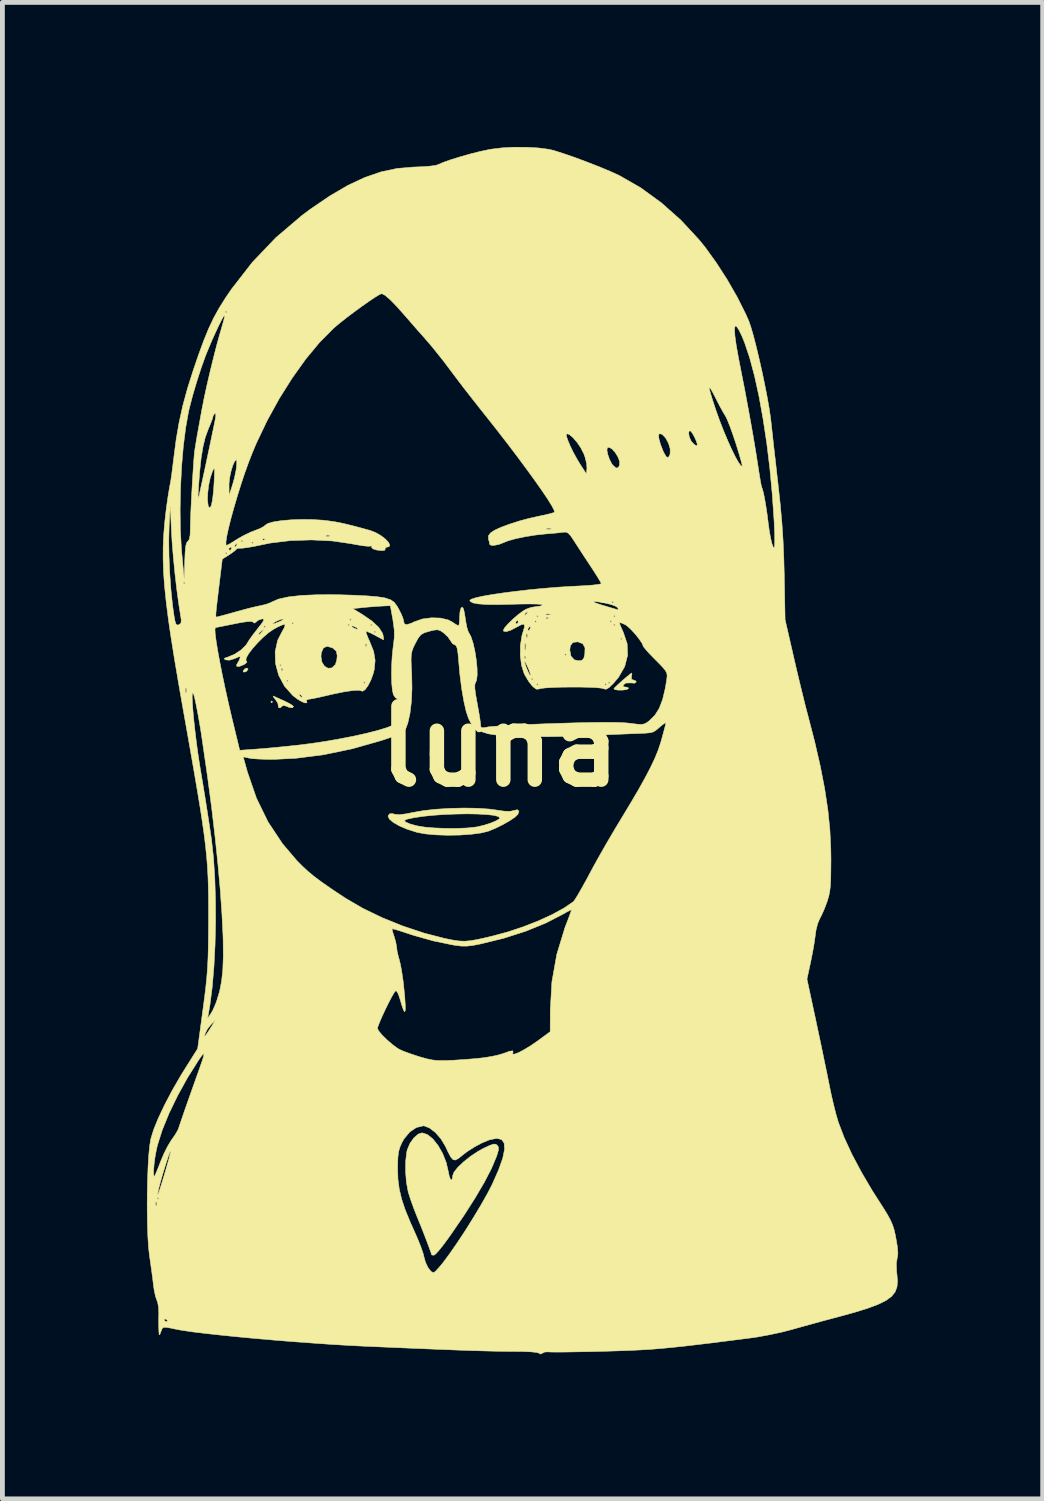
<source format=kicad_pcb>
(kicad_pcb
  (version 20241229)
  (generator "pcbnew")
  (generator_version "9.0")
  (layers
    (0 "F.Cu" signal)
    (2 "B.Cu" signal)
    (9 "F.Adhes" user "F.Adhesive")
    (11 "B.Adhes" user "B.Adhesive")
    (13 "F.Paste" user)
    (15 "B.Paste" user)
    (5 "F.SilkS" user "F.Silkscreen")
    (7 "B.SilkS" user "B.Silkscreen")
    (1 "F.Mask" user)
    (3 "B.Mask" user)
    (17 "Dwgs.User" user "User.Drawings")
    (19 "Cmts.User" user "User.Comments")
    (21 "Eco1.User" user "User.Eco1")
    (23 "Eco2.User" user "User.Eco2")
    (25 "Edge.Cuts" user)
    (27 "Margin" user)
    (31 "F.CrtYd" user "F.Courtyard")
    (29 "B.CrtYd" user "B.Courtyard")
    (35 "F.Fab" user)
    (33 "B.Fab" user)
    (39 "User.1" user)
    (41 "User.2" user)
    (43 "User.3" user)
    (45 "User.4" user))
  (footprint "luna"
    (layer "F.Cu")
    (at 7.323 12.441)
    (property "Reference" "luna" (at 0 0 0) (layer "F.SilkS") (effects (font (size 1.524 1.524) (thickness 0.3))))
    (attr through_hole)
    (fp_poly (pts (xy -4.717 -0.925) (xy -4.735 -0.907) (xy -4.753 -0.925) (xy -4.735 -0.943) (xy -4.717 -0.925)) (stroke (width 0.01) (type solid)) (fill yes) (layer "F.SilkS"))
    (fp_poly (pts (xy -5.225 -1.606) (xy -5.225 -1.603) (xy -5.254 -1.562) (xy -5.283 -1.546) (xy -5.325 -1.545) (xy -5.326 -1.567) (xy -5.292 -1.611) (xy -5.249 -1.627) (xy -5.225 -1.606)) (stroke (width 0.01) (type solid)) (fill yes) (layer "F.SilkS"))
    (fp_poly (pts (xy -1.401 0.043) (xy -1.379 0.111) (xy -1.36 0.201) (xy -1.349 0.287) (xy -1.35 0.343) (xy -1.354 0.35) (xy -1.385 0.339) (xy -1.408 0.319) (xy -1.438 0.256) (xy -1.45 0.164) (xy -1.445 0.075) (xy -1.422 0.022) (xy -1.42 0.021) (xy -1.401 0.043)) (stroke (width 0.01) (type solid)) (fill yes) (layer "F.SilkS"))
    (fp_poly (pts (xy -4.699 -1.046) (xy -4.648 -1.022) (xy -4.554 -0.98) (xy -4.472 -0.943) (xy -4.369 -0.892) (xy -4.3 -0.848) (xy -4.282 -0.827) (xy -4.309 -0.8) (xy -4.379 -0.813) (xy -4.427 -0.835) (xy -4.496 -0.851) (xy -4.518 -0.835) (xy -4.559 -0.801) (xy -4.595 -0.808) (xy -4.598 -0.844) (xy -4.608 -0.9) (xy -4.656 -0.973) (xy -4.658 -0.976) (xy -4.7 -1.029) (xy -4.703 -1.047) (xy -4.699 -1.046)) (stroke (width 0.01) (type solid)) (fill yes) (layer "F.SilkS"))
    (fp_poly (pts (xy 2.741 -1.495) (xy 2.732 -1.451) (xy 2.734 -1.392) (xy 2.772 -1.379) (xy 2.823 -1.358) (xy 2.83 -1.338) (xy 2.799 -1.313) (xy 2.725 -1.318) (xy 2.619 -1.316) (xy 2.575 -1.287) (xy 2.553 -1.246) (xy 2.592 -1.234) (xy 2.61 -1.234) (xy 2.663 -1.221) (xy 2.667 -1.198) (xy 2.626 -1.179) (xy 2.548 -1.169) (xy 2.462 -1.169) (xy 2.392 -1.178) (xy 2.366 -1.197) (xy 2.367 -1.198) (xy 2.396 -1.232) (xy 2.463 -1.295) (xy 2.548 -1.371) (xy 2.635 -1.445) (xy 2.704 -1.501) (xy 2.738 -1.524) (xy 2.738 -1.524) (xy 2.741 -1.495)) (stroke (width 0.01) (type solid)) (fill yes) (layer "F.SilkS"))
    (fp_poly (pts (xy -1.505 8.053) (xy -1.391 8.144) (xy -1.282 8.281) (xy -1.186 8.449) (xy -1.112 8.637) (xy -1.07 8.82) (xy -1.048 8.926) (xy -1.021 8.987) (xy -0.996 8.997) (xy -0.981 8.947) (xy -0.98 8.911) (xy -0.95 8.833) (xy -0.869 8.732) (xy -0.75 8.619) (xy -0.605 8.504) (xy -0.447 8.4) (xy -0.334 8.338) (xy -0.21 8.28) (xy -0.133 8.253) (xy -0.085 8.255) (xy -0.055 8.276) (xy -0.029 8.316) (xy -0.028 8.373) (xy -0.054 8.467) (xy -0.073 8.52) (xy -0.173 8.758) (xy -0.32 9.042) (xy -0.512 9.369) (xy -0.745 9.734) (xy -1.018 10.132) (xy -1.083 10.223) (xy -1.182 10.357) (xy -1.27 10.466) (xy -1.336 10.537) (xy -1.369 10.559) (xy -1.412 10.553) (xy -1.416 10.55) (xy -1.43 10.502) (xy -1.466 10.402) (xy -1.516 10.267) (xy -1.575 10.114) (xy -1.637 9.957) (xy -1.695 9.814) (xy -1.717 9.761) (xy -1.784 9.591) (xy -1.847 9.416) (xy -1.895 9.267) (xy -1.903 9.236) (xy -1.939 9.043) (xy -1.956 8.824) (xy -1.954 8.608) (xy -1.933 8.424) (xy -1.922 8.374) (xy -1.865 8.238) (xy -1.783 8.122) (xy -1.69 8.043) (xy -1.614 8.019) (xy -1.505 8.053)) (stroke (width 0.01) (type solid)) (fill yes) (layer "F.SilkS"))
    (fp_poly (pts (xy -0.458 1.283) (xy -0.215 1.3) (xy -0.091 1.317) (xy 0.088 1.343) (xy 0.209 1.347) (xy 0.281 1.332) (xy 0.362 1.313) (xy 0.397 1.341) (xy 0.376 1.407) (xy 0.376 1.408) (xy 0.316 1.466) (xy 0.207 1.54) (xy 0.067 1.62) (xy -0.087 1.696) (xy -0.237 1.758) (xy -0.239 1.759) (xy -0.391 1.796) (xy -0.595 1.823) (xy -0.832 1.839) (xy -1.083 1.843) (xy -1.327 1.835) (xy -1.545 1.815) (xy -1.719 1.783) (xy -1.724 1.781) (xy -1.92 1.719) (xy -2.086 1.648) (xy -2.213 1.575) (xy -2.256 1.538) (xy -1.98 1.538) (xy -1.953 1.571) (xy -1.857 1.61) (xy -1.723 1.647) (xy -1.567 1.673) (xy -1.361 1.691) (xy -1.129 1.7) (xy -0.893 1.701) (xy -0.676 1.692) (xy -0.5 1.673) (xy -0.464 1.667) (xy -0.319 1.632) (xy -0.183 1.588) (xy -0.074 1.542) (xy -0.01 1.502) (xy 0 1.484) (xy -0.034 1.453) (xy -0.13 1.429) (xy -0.275 1.413) (xy -0.46 1.403) (xy -0.674 1.399) (xy -0.904 1.403) (xy -1.141 1.412) (xy -1.373 1.428) (xy -1.59 1.45) (xy -1.78 1.478) (xy -1.932 1.511) (xy -1.936 1.512) (xy -1.98 1.538) (xy -2.256 1.538) (xy -2.294 1.505) (xy -2.321 1.444) (xy -2.289 1.399) (xy -2.233 1.394) (xy -2.176 1.408) (xy -2.09 1.416) (xy -1.948 1.399) (xy -1.801 1.37) (xy -1.586 1.332) (xy -1.323 1.303) (xy -1.033 1.285) (xy -0.738 1.278) (xy -0.458 1.283)) (stroke (width 0.01) (type solid)) (fill yes) (layer "F.SilkS"))
    (fp_poly (pts (xy 0.552 -12.435) (xy 0.798 -12.421) (xy 1.006 -12.394) (xy 1.107 -12.372) (xy 1.304 -12.31) (xy 1.543 -12.228) (xy 1.8 -12.132) (xy 2.055 -12.033) (xy 2.285 -11.937) (xy 2.47 -11.853) (xy 2.486 -11.845) (xy 2.922 -11.595) (xy 3.35 -11.284) (xy 3.757 -10.923) (xy 4.129 -10.522) (xy 4.261 -10.36) (xy 4.493 -10.038) (xy 4.721 -9.684) (xy 4.929 -9.321) (xy 5.104 -8.972) (xy 5.167 -8.829) (xy 5.21 -8.704) (xy 5.263 -8.522) (xy 5.321 -8.297) (xy 5.382 -8.041) (xy 5.443 -7.77) (xy 5.5 -7.497) (xy 5.551 -7.236) (xy 5.592 -7.001) (xy 5.62 -6.807) (xy 5.625 -6.763) (xy 5.64 -6.627) (xy 5.662 -6.432) (xy 5.688 -6.195) (xy 5.719 -5.93) (xy 5.75 -5.651) (xy 5.774 -5.443) (xy 5.82 -5.02) (xy 5.854 -4.639) (xy 5.878 -4.274) (xy 5.894 -3.896) (xy 5.903 -3.556) (xy 5.92 -2.631) (xy 6.099 -1.851) (xy 6.159 -1.591) (xy 6.222 -1.327) (xy 6.283 -1.077) (xy 6.337 -0.858) (xy 6.381 -0.689) (xy 6.386 -0.671) (xy 6.533 -0.103) (xy 6.651 0.411) (xy 6.742 0.881) (xy 6.808 1.319) (xy 6.85 1.734) (xy 6.869 2.138) (xy 6.872 2.34) (xy 6.87 2.582) (xy 6.867 2.765) (xy 6.859 2.904) (xy 6.846 3.013) (xy 6.827 3.105) (xy 6.8 3.196) (xy 6.789 3.229) (xy 6.736 3.37) (xy 6.679 3.498) (xy 6.638 3.577) (xy 6.596 3.676) (xy 6.562 3.811) (xy 6.549 3.903) (xy 6.531 4.037) (xy 6.502 4.212) (xy 6.466 4.398) (xy 6.451 4.473) (xy 6.374 4.828) (xy 6.559 5.689) (xy 6.617 5.965) (xy 6.678 6.251) (xy 6.735 6.529) (xy 6.787 6.778) (xy 6.828 6.982) (xy 6.839 7.039) (xy 6.883 7.25) (xy 6.933 7.462) (xy 6.982 7.654) (xy 7.025 7.798) (xy 7.026 7.801) (xy 7.145 8.114) (xy 7.307 8.464) (xy 7.504 8.835) (xy 7.727 9.214) (xy 7.83 9.375) (xy 7.953 9.567) (xy 8.043 9.713) (xy 8.106 9.829) (xy 8.15 9.929) (xy 8.182 10.028) (xy 8.208 10.141) (xy 8.219 10.199) (xy 8.251 10.387) (xy 8.261 10.52) (xy 8.249 10.611) (xy 8.246 10.621) (xy 8.229 10.733) (xy 8.234 10.891) (xy 8.241 10.952) (xy 8.253 11.095) (xy 8.242 11.217) (xy 8.203 11.322) (xy 8.129 11.414) (xy 8.014 11.498) (xy 7.853 11.578) (xy 7.639 11.658) (xy 7.366 11.743) (xy 7.029 11.836) (xy 6.98 11.849) (xy 6.75 11.91) (xy 6.498 11.979) (xy 6.256 12.046) (xy 6.06 12.101) (xy 5.842 12.157) (xy 5.589 12.211) (xy 5.338 12.257) (xy 5.189 12.278) (xy 4.756 12.333) (xy 4.385 12.38) (xy 4.067 12.418) (xy 3.792 12.45) (xy 3.549 12.475) (xy 3.331 12.496) (xy 3.126 12.512) (xy 2.924 12.524) (xy 2.718 12.534) (xy 2.495 12.542) (xy 2.248 12.55) (xy 2.123 12.553) (xy 1.847 12.56) (xy 1.595 12.564) (xy 1.374 12.568) (xy 1.194 12.569) (xy 1.065 12.568) (xy 0.996 12.565) (xy 0.988 12.564) (xy 0.924 12.57) (xy 0.892 12.589) (xy 0.838 12.61) (xy 0.818 12.593) (xy 0.771 12.577) (xy 0.66 12.565) (xy 0.489 12.557) (xy 0.274 12.555) (xy 0.111 12.554) (xy -0.077 12.551) (xy -0.293 12.546) (xy -0.545 12.539) (xy -0.838 12.529) (xy -1.177 12.516) (xy -1.569 12.5) (xy -2.019 12.481) (xy -2.534 12.459) (xy -2.794 12.448) (xy -3.131 12.431) (xy -3.498 12.409) (xy -3.885 12.382) (xy -4.282 12.353) (xy -4.681 12.321) (xy -5.072 12.287) (xy -5.445 12.252) (xy -5.791 12.217) (xy -6.101 12.183) (xy -6.365 12.151) (xy -6.573 12.121) (xy -6.695 12.1) (xy -6.84 12.069) (xy -6.93 12.055) (xy -6.981 12.057) (xy -7.007 12.079) (xy -7.025 12.123) (xy -7.034 12.147) (xy -7.057 12.206) (xy -7.069 12.208) (xy -7.075 12.146) (xy -7.077 12.101) (xy -7.08 11.974) (xy -7.08 11.9) (xy -6.967 11.9) (xy -6.941 11.937) (xy -6.931 11.938) (xy -6.895 11.926) (xy -6.894 11.922) (xy -6.92 11.891) (xy -6.931 11.884) (xy -6.964 11.886) (xy -6.967 11.9) (xy -7.08 11.9) (xy -7.079 11.824) (xy -7.077 11.769) (xy -7.082 11.643) (xy -7.102 11.534) (xy -7.116 11.497) (xy -7.145 11.416) (xy -7.172 11.292) (xy -7.189 11.176) (xy -7.206 11.032) (xy -7.231 10.847) (xy -7.258 10.654) (xy -7.27 10.577) (xy -7.29 10.397) (xy -7.305 10.165) (xy -7.314 9.897) (xy -7.318 9.606) (xy -7.318 9.486) (xy -7.145 9.486) (xy -7.139 9.533) (xy -7.126 9.533) (xy -7.118 9.485) (xy -7.123 9.464) (xy -7.14 9.45) (xy -7.145 9.486) (xy -7.318 9.486) (xy -7.317 9.38) (xy -7.112 9.38) (xy -7.094 9.398) (xy -7.076 9.38) (xy -7.094 9.362) (xy -7.112 9.38) (xy -7.317 9.38) (xy -7.317 9.305) (xy -7.317 9.298) (xy -7.102 9.298) (xy -7.099 9.31) (xy -7.081 9.266) (xy -7.047 9.162) (xy -6.995 8.995) (xy -6.948 8.84) (xy -6.926 8.763) (xy -2.121 8.763) (xy -2.114 8.982) (xy -2.087 9.187) (xy -2.038 9.395) (xy -1.962 9.622) (xy -1.854 9.884) (xy -1.777 10.055) (xy -1.703 10.224) (xy -1.639 10.385) (xy -1.593 10.518) (xy -1.575 10.591) (xy -1.542 10.708) (xy -1.49 10.816) (xy -1.429 10.894) (xy -1.377 10.922) (xy -1.339 10.896) (xy -1.273 10.826) (xy -1.193 10.732) (xy -1.05 10.54) (xy -0.887 10.305) (xy -0.714 10.043) (xy -0.544 9.771) (xy -0.386 9.507) (xy -0.251 9.268) (xy -0.155 9.081) (xy -0.025 8.786) (xy 0.06 8.547) (xy 0.098 8.363) (xy 0.09 8.233) (xy 0.036 8.157) (xy -0.065 8.134) (xy -0.213 8.163) (xy -0.374 8.229) (xy -0.521 8.308) (xy -0.669 8.402) (xy -0.758 8.469) (xy -0.852 8.545) (xy -0.918 8.583) (xy -0.969 8.577) (xy -1.018 8.522) (xy -1.077 8.41) (xy -1.13 8.297) (xy -1.222 8.144) (xy -1.336 8.013) (xy -1.457 7.919) (xy -1.57 7.875) (xy -1.591 7.874) (xy -1.732 7.908) (xy -1.869 8.001) (xy -1.987 8.142) (xy -2.031 8.219) (xy -2.074 8.316) (xy -2.101 8.411) (xy -2.115 8.524) (xy -2.121 8.679) (xy -2.121 8.763) (xy -6.926 8.763) (xy -6.9 8.675) (xy -6.862 8.537) (xy -6.838 8.439) (xy -6.832 8.396) (xy -6.833 8.395) (xy -6.848 8.422) (xy -6.877 8.502) (xy -6.917 8.621) (xy -6.962 8.763) (xy -7.007 8.912) (xy -7.047 9.053) (xy -7.078 9.17) (xy -7.092 9.235) (xy -7.102 9.298) (xy -7.317 9.298) (xy -7.311 9.008) (xy -7.303 8.797) (xy -7.185 8.797) (xy -7.185 8.888) (xy -7.173 8.926) (xy -7.171 8.926) (xy -7.153 8.895) (xy -7.117 8.81) (xy -7.068 8.688) (xy -7.043 8.621) (xy -6.975 8.46) (xy -6.897 8.303) (xy -6.824 8.181) (xy -6.808 8.158) (xy -6.736 8.056) (xy -6.684 7.965) (xy -6.668 7.928) (xy -6.647 7.863) (xy -6.605 7.741) (xy -6.548 7.574) (xy -6.478 7.374) (xy -6.399 7.152) (xy -6.317 6.92) (xy -6.243 6.713) (xy -6.182 6.539) (xy -6.147 6.428) (xy -6.14 6.379) (xy -6.16 6.386) (xy -6.207 6.446) (xy -6.254 6.514) (xy -6.483 6.878) (xy -6.689 7.251) (xy -6.866 7.617) (xy -7.007 7.964) (xy -7.106 8.277) (xy -7.129 8.377) (xy -7.156 8.525) (xy -7.175 8.67) (xy -7.185 8.797) (xy -7.303 8.797) (xy -7.301 8.729) (xy -7.286 8.483) (xy -7.266 8.282) (xy -7.244 8.146) (xy -7.184 7.951) (xy -7.086 7.711) (xy -6.956 7.437) (xy -6.801 7.142) (xy -6.626 6.838) (xy -6.53 6.683) (xy -6.271 6.272) (xy -6.236 6.014) (xy -6.129 6.014) (xy -6.116 6.009) (xy -6.087 5.969) (xy -6.031 5.886) (xy -6.01 5.853) (xy -2.54 5.853) (xy -2.513 5.906) (xy -2.444 5.988) (xy -2.348 6.083) (xy -2.24 6.177) (xy -2.137 6.255) (xy -2.077 6.291) (xy -1.99 6.329) (xy -1.858 6.377) (xy -1.705 6.428) (xy -1.663 6.441) (xy -1.517 6.482) (xy -1.396 6.507) (xy -1.275 6.519) (xy -1.129 6.519) (xy -0.962 6.512) (xy -0.763 6.499) (xy -0.558 6.483) (xy -0.378 6.465) (xy -0.299 6.455) (xy -0.148 6.429) (xy -0.007 6.397) (xy 0.09 6.366) (xy 0.207 6.324) (xy 0.27 6.317) (xy 0.274 6.347) (xy 0.272 6.35) (xy 0.266 6.386) (xy 0.31 6.384) (xy 0.395 6.351) (xy 0.511 6.289) (xy 0.649 6.205) (xy 0.799 6.101) (xy 0.822 6.084) (xy 1.045 5.92) (xy 1.047 5.473) (xy 1.081 4.882) (xy 1.182 4.315) (xy 1.351 3.76) (xy 1.378 3.69) (xy 1.428 3.559) (xy 1.466 3.456) (xy 1.486 3.398) (xy 1.488 3.391) (xy 1.46 3.4) (xy 1.387 3.437) (xy 1.314 3.479) (xy 0.954 3.665) (xy 0.539 3.834) (xy 0.083 3.98) (xy -0.393 4.097) (xy -0.561 4.13) (xy -0.687 4.144) (xy -0.802 4.143) (xy -0.933 4.126) (xy -0.983 4.118) (xy -1.387 4.034) (xy -1.788 3.921) (xy -1.956 3.866) (xy -2.084 3.824) (xy -2.182 3.795) (xy -2.233 3.784) (xy -2.236 3.784) (xy -2.232 3.821) (xy -2.208 3.902) (xy -2.195 3.938) (xy -2.162 4.052) (xy -2.143 4.151) (xy -2.142 4.168) (xy -2.131 4.254) (xy -2.103 4.372) (xy -2.088 4.422) (xy -2.061 4.533) (xy -2.033 4.691) (xy -2.007 4.868) (xy -1.997 4.953) (xy -1.973 5.198) (xy -1.962 5.373) (xy -1.962 5.475) (xy -1.975 5.507) (xy -2 5.468) (xy -2.038 5.359) (xy -2.065 5.264) (xy -2.107 5.137) (xy -2.144 5.075) (xy -2.165 5.073) (xy -2.197 5.115) (xy -2.25 5.208) (xy -2.315 5.333) (xy -2.384 5.475) (xy -2.449 5.615) (xy -2.501 5.737) (xy -2.534 5.824) (xy -2.54 5.853) (xy -6.01 5.853) (xy -5.969 5.788) (xy -5.903 5.679) (xy -5.995 5.772) (xy -6.066 5.861) (xy -6.112 5.95) (xy -6.113 5.954) (xy -6.129 6.014) (xy -6.236 6.014) (xy -6.16 5.449) (xy -6.126 5.192) (xy -6.1 4.974) (xy -6.08 4.778) (xy -6.066 4.588) (xy -6.056 4.39) (xy -6.05 4.165) (xy -6.047 3.9) (xy -6.045 3.592) (xy -6.045 3.341) (xy -6.046 3.113) (xy -6.05 2.901) (xy -6.057 2.699) (xy -6.068 2.5) (xy -6.084 2.296) (xy -6.106 2.082) (xy -6.134 1.849) (xy -6.17 1.592) (xy -6.214 1.303) (xy -6.268 0.975) (xy -6.331 0.603) (xy -6.405 0.178) (xy -6.49 -0.306) (xy -6.568 -0.744) (xy -6.616 -1.018) (xy -6.385 -1.018) (xy -6.38 -0.895) (xy -6.368 -0.732) (xy -6.35 -0.539) (xy -6.326 -0.323) (xy -6.298 -0.092) (xy -6.266 0.145) (xy -6.23 0.38) (xy -6.207 0.521) (xy -6.159 0.805) (xy -6.11 1.106) (xy -6.063 1.405) (xy -6.021 1.679) (xy -5.988 1.906) (xy -5.983 1.941) (xy -5.942 2.315) (xy -5.915 2.736) (xy -5.901 3.187) (xy -5.899 3.653) (xy -5.91 4.119) (xy -5.933 4.569) (xy -5.968 4.987) (xy -6.015 5.358) (xy -6.045 5.534) (xy -6.066 5.642) (xy -6.005 5.559) (xy -5.958 5.477) (xy -5.905 5.358) (xy -5.876 5.281) (xy -5.816 5.084) (xy -5.775 4.875) (xy -5.749 4.638) (xy -5.739 4.361) (xy -5.742 4.03) (xy -5.745 3.919) (xy -5.767 3.479) (xy -5.802 2.981) (xy -5.851 2.438) (xy -5.911 1.864) (xy -5.981 1.271) (xy -6.06 0.673) (xy -6.099 0.399) (xy -6.126 0.216) (xy -5.326 0.216) (xy -5.237 0.534) (xy -5.051 1.073) (xy -4.81 1.567) (xy -4.51 2.019) (xy -4.214 2.367) (xy -4.096 2.486) (xy -3.978 2.595) (xy -3.848 2.702) (xy -3.693 2.818) (xy -3.503 2.95) (xy -3.265 3.109) (xy -3.199 3.152) (xy -2.848 3.357) (xy -2.446 3.552) (xy -2.013 3.727) (xy -1.572 3.874) (xy -1.142 3.985) (xy -1.125 3.988) (xy -0.972 4.019) (xy -0.848 4.037) (xy -0.734 4.042) (xy -0.613 4.032) (xy -0.467 4.007) (xy -0.278 3.965) (xy -0.153 3.935) (xy 0.167 3.849) (xy 0.49 3.741) (xy 0.802 3.619) (xy 1.087 3.488) (xy 1.331 3.355) (xy 1.518 3.227) (xy 1.526 3.221) (xy 1.562 3.174) (xy 1.623 3.075) (xy 1.703 2.935) (xy 1.795 2.769) (xy 1.845 2.675) (xy 1.952 2.476) (xy 2.085 2.238) (xy 2.232 1.981) (xy 2.382 1.726) (xy 2.499 1.532) (xy 2.706 1.189) (xy 2.877 0.898) (xy 3.015 0.65) (xy 3.126 0.438) (xy 3.214 0.253) (xy 3.282 0.087) (xy 3.335 -0.069) (xy 3.354 -0.134) (xy 3.394 -0.28) (xy 3.426 -0.4) (xy 3.444 -0.475) (xy 3.447 -0.492) (xy 3.423 -0.484) (xy 3.362 -0.439) (xy 3.319 -0.403) (xy 3.247 -0.341) (xy 3.189 -0.304) (xy 3.124 -0.285) (xy 3.029 -0.276) (xy 2.903 -0.27) (xy 2.813 -0.267) (xy 2.662 -0.261) (xy 2.463 -0.253) (xy 2.228 -0.243) (xy 1.969 -0.232) (xy 1.724 -0.222) (xy 1.353 -0.209) (xy 0.999 -0.203) (xy 0.67 -0.204) (xy 0.373 -0.21) (xy 0.117 -0.222) (xy -0.09 -0.239) (xy -0.24 -0.262) (xy -0.322 -0.288) (xy -0.386 -0.308) (xy -0.412 -0.301) (xy -0.455 -0.302) (xy -0.516 -0.357) (xy -0.584 -0.452) (xy -0.647 -0.575) (xy -0.649 -0.579) (xy -0.7 -0.732) (xy -0.748 -0.944) (xy -0.792 -1.201) (xy -0.829 -1.49) (xy -0.854 -1.769) (xy -0.869 -1.936) (xy -0.887 -2.041) (xy -0.909 -2.094) (xy -0.93 -2.105) (xy -0.982 -2.134) (xy -1.021 -2.191) (xy -1.077 -2.273) (xy -1.162 -2.353) (xy -1.169 -2.359) (xy -1.238 -2.405) (xy -1.298 -2.421) (xy -1.378 -2.412) (xy -1.465 -2.39) (xy -1.572 -2.357) (xy -1.641 -2.315) (xy -1.696 -2.245) (xy -1.752 -2.141) (xy -1.795 -2.054) (xy -1.822 -1.981) (xy -1.837 -1.904) (xy -1.842 -1.806) (xy -1.838 -1.668) (xy -1.829 -1.506) (xy -1.823 -1.21) (xy -1.835 -0.931) (xy -1.865 -0.683) (xy -1.91 -0.483) (xy -1.947 -0.384) (xy -1.974 -0.337) (xy -2.014 -0.298) (xy -2.078 -0.261) (xy -2.178 -0.219) (xy -2.326 -0.167) (xy -2.479 -0.117) (xy -3.069 0.05) (xy -3.661 0.173) (xy -4.237 0.246) (xy -4.681 0.268) (xy -4.856 0.267) (xy -5.018 0.261) (xy -5.144 0.252) (xy -5.194 0.244) (xy -5.326 0.216) (xy -6.126 0.216) (xy -6.127 0.209) (xy -6.152 0.036) (xy -6.172 -0.103) (xy -6.185 -0.19) (xy -6.186 -0.2) (xy -6.211 -0.364) (xy -6.243 -0.547) (xy -6.276 -0.73) (xy -6.308 -0.892) (xy -6.335 -1.016) (xy -6.35 -1.07) (xy -6.371 -1.114) (xy -6.382 -1.094) (xy -6.385 -1.018) (xy -6.616 -1.018) (xy -6.641 -1.161) (xy -6.526 -1.161) (xy -6.52 -1.11) (xy -6.507 -1.116) (xy -6.503 -1.19) (xy -6.507 -1.206) (xy -6.521 -1.211) (xy -6.526 -1.161) (xy -6.641 -1.161) (xy -6.667 -1.31) (xy -6.752 -1.813) (xy -6.823 -2.259) (xy -6.849 -2.433) (xy -5.912 -2.433) (xy -5.907 -2.337) (xy -5.887 -2.185) (xy -5.855 -1.986) (xy -5.811 -1.748) (xy -5.758 -1.479) (xy -5.696 -1.186) (xy -5.627 -0.876) (xy -5.553 -0.559) (xy -5.546 -0.532) (xy -5.398 0.08) (xy -5.067 0.056) (xy -4.899 0.043) (xy -4.687 0.024) (xy -4.456 0.001) (xy -4.234 -0.022) (xy -4.227 -0.023) (xy -3.923 -0.06) (xy -3.615 -0.106) (xy -3.314 -0.159) (xy -3.027 -0.215) (xy -2.764 -0.274) (xy -2.535 -0.332) (xy -2.348 -0.389) (xy -2.212 -0.442) (xy -2.137 -0.488) (xy -2.129 -0.499) (xy -2.117 -0.547) (xy -2.101 -0.645) (xy -2.087 -0.753) (xy -2.076 -0.88) (xy -2.079 -0.95) (xy -2.098 -0.977) (xy -2.113 -0.98) (xy -2.165 -1.009) (xy -2.208 -1.072) (xy -2.229 -1.162) (xy -2.243 -1.305) (xy -2.248 -1.485) (xy -2.245 -1.682) (xy -2.234 -1.879) (xy -2.215 -2.058) (xy -2.21 -2.095) (xy -2.19 -2.261) (xy -2.191 -2.416) (xy -2.215 -2.597) (xy -2.22 -2.631) (xy -2.272 -2.921) (xy -2.433 -2.914) (xy -2.561 -2.906) (xy -2.719 -2.894) (xy -2.823 -2.884) (xy -3.052 -2.86) (xy -2.859 -2.743) (xy -2.656 -2.604) (xy -2.513 -2.471) (xy -2.435 -2.35) (xy -2.424 -2.313) (xy -2.413 -2.241) (xy -2.413 -2.213) (xy -2.447 -2.23) (xy -2.524 -2.271) (xy -2.592 -2.308) (xy -2.689 -2.358) (xy -2.735 -2.377) (xy -2.613 -2.377) (xy -2.594 -2.359) (xy -2.576 -2.377) (xy -2.594 -2.395) (xy -2.613 -2.377) (xy -2.735 -2.377) (xy -2.757 -2.386) (xy -2.778 -2.387) (xy -2.772 -2.349) (xy -2.74 -2.266) (xy -2.704 -2.185) (xy -2.619 -1.973) (xy -2.588 -1.785) (xy -2.606 -1.596) (xy -2.626 -1.516) (xy -2.676 -1.377) (xy -2.736 -1.261) (xy -2.796 -1.179) (xy -2.849 -1.145) (xy -2.873 -1.153) (xy -2.932 -1.167) (xy -3.055 -1.16) (xy -3.236 -1.133) (xy -3.469 -1.085) (xy -3.615 -1.051) (xy -3.759 -1.018) (xy -3.881 -0.993) (xy -3.96 -0.98) (xy -3.971 -0.98) (xy -4.012 -0.963) (xy -4.01 -0.943) (xy -4.002 -0.906) (xy -4.041 -0.903) (xy -4.111 -0.93) (xy -4.199 -0.982) (xy -4.29 -1.051) (xy -4.293 -1.054) (xy -4.315 -1.078) (xy -4.167 -1.078) (xy -4.158 -1.058) (xy -4.122 -1.019) (xy -4.101 -1.027) (xy -4.1 -1.032) (xy -4.126 -1.063) (xy -4.142 -1.074) (xy -4.167 -1.078) (xy -4.315 -1.078) (xy -4.468 -1.25) (xy -4.508 -1.324) (xy -2.83 -1.324) (xy -2.812 -1.306) (xy -2.794 -1.324) (xy -2.812 -1.343) (xy -2.83 -1.324) (xy -4.508 -1.324) (xy -4.527 -1.361) (xy -4.427 -1.361) (xy -4.409 -1.343) (xy -4.391 -1.361) (xy -4.409 -1.379) (xy -4.427 -1.361) (xy -4.527 -1.361) (xy -4.589 -1.476) (xy -4.622 -1.597) (xy -4.536 -1.597) (xy -4.522 -1.567) (xy -4.512 -1.572) (xy -4.507 -1.615) (xy -4.512 -1.621) (xy -4.533 -1.616) (xy -4.536 -1.597) (xy -4.622 -1.597) (xy -4.646 -1.687) (xy -4.572 -1.687) (xy -4.554 -1.669) (xy -4.536 -1.687) (xy -4.554 -1.705) (xy -4.572 -1.687) (xy -4.646 -1.687) (xy -4.655 -1.719) (xy -4.66 -1.871) (xy -3.712 -1.871) (xy -3.693 -1.752) (xy -3.639 -1.666) (xy -3.565 -1.623) (xy -3.486 -1.63) (xy -3.417 -1.695) (xy -3.41 -1.707) (xy -3.384 -1.792) (xy -3.375 -1.884) (xy -3.393 -1.977) (xy -3.463 -2.039) (xy -3.479 -2.048) (xy -3.586 -2.078) (xy -3.662 -2.043) (xy -3.704 -1.946) (xy -3.712 -1.871) (xy -4.66 -1.871) (xy -4.663 -1.965) (xy -4.632 -2.105) (xy -2.794 -2.105) (xy -2.781 -2.075) (xy -2.77 -2.08) (xy -2.765 -2.123) (xy -2.77 -2.129) (xy -2.791 -2.124) (xy -2.794 -2.105) (xy -4.632 -2.105) (xy -4.611 -2.203) (xy -4.514 -2.392) (xy -4.468 -2.473) (xy -4.465 -2.488) (xy -3.073 -2.488) (xy -3.048 -2.467) (xy -2.982 -2.437) (xy -2.957 -2.432) (xy -2.951 -2.447) (xy -2.975 -2.467) (xy -3.042 -2.498) (xy -3.066 -2.503) (xy -3.073 -2.488) (xy -4.465 -2.488) (xy -4.457 -2.522) (xy -3.157 -2.522) (xy -3.139 -2.504) (xy -3.121 -2.522) (xy -2.685 -2.522) (xy -2.667 -2.504) (xy -2.649 -2.522) (xy -2.667 -2.54) (xy -2.685 -2.522) (xy -3.121 -2.522) (xy -3.139 -2.54) (xy -3.157 -2.522) (xy -4.457 -2.522) (xy -4.456 -2.525) (xy -4.462 -2.534) (xy -4.511 -2.523) (xy -4.6 -2.484) (xy -4.695 -2.433) (xy -4.8 -2.361) (xy -4.915 -2.262) (xy -5.028 -2.149) (xy -5.131 -2.033) (xy -5.212 -1.926) (xy -5.262 -1.84) (xy -5.27 -1.787) (xy -5.263 -1.779) (xy -5.247 -1.749) (xy -5.292 -1.71) (xy -5.324 -1.692) (xy -5.411 -1.659) (xy -5.461 -1.663) (xy -5.46 -1.702) (xy -5.448 -1.72) (xy -5.409 -1.789) (xy -5.396 -1.822) (xy -5.387 -1.86) (xy -5.41 -1.863) (xy -5.479 -1.834) (xy -5.496 -1.826) (xy -5.606 -1.791) (xy -5.684 -1.795) (xy -5.723 -1.818) (xy -5.701 -1.836) (xy -5.652 -1.852) (xy -5.505 -1.913) (xy -5.368 -2.003) (xy -5.268 -2.102) (xy -5.245 -2.138) (xy -5.196 -2.217) (xy -5.117 -2.327) (xy -5.101 -2.347) (xy -5 -2.347) (xy -5 -2.323) (xy -4.994 -2.322) (xy -4.963 -2.347) (xy -4.93 -2.386) (xy -4.899 -2.429) (xy -4.918 -2.42) (xy -4.944 -2.399) (xy -5 -2.347) (xy -5.101 -2.347) (xy -5.026 -2.443) (xy -4.993 -2.486) (xy -4.899 -2.486) (xy -4.88 -2.467) (xy -4.862 -2.486) (xy -4.88 -2.504) (xy -4.899 -2.486) (xy -4.993 -2.486) (xy -4.942 -2.549) (xy -4.717 -2.549) (xy -4.712 -2.541) (xy -4.667 -2.554) (xy -4.655 -2.558) (xy -4.318 -2.558) (xy -4.3 -2.54) (xy -4.282 -2.558) (xy -4.3 -2.576) (xy -4.318 -2.558) (xy -4.655 -2.558) (xy -4.584 -2.586) (xy -4.567 -2.593) (xy -4.503 -2.626) (xy -4.5 -2.631) (xy -3.121 -2.631) (xy -3.102 -2.613) (xy -3.084 -2.631) (xy -3.102 -2.649) (xy -3.121 -2.631) (xy -4.5 -2.631) (xy -4.49 -2.645) (xy -4.499 -2.646) (xy -4.549 -2.635) (xy -4.617 -2.607) (xy -4.681 -2.575) (xy -4.717 -2.549) (xy -4.942 -2.549) (xy -4.942 -2.55) (xy -4.902 -2.613) (xy -4.901 -2.642) (xy -4.928 -2.649) (xy -5.01 -2.622) (xy -5.045 -2.593) (xy -5.091 -2.559) (xy -5.117 -2.578) (xy -5.152 -2.594) (xy -5.233 -2.592) (xy -5.369 -2.572) (xy -5.516 -2.543) (xy -5.671 -2.512) (xy -5.797 -2.487) (xy -5.878 -2.471) (xy -5.901 -2.467) (xy -5.912 -2.433) (xy -6.849 -2.433) (xy -6.881 -2.655) (xy -6.925 -3.009) (xy -6.958 -3.327) (xy -6.979 -3.617) (xy -6.988 -3.886) (xy -6.987 -4.141) (xy -6.981 -4.288) (xy -6.87 -4.288) (xy -6.866 -3.957) (xy -6.851 -3.605) (xy -6.826 -3.258) (xy -6.793 -2.939) (xy -6.786 -2.885) (xy -6.762 -2.715) (xy -6.742 -2.605) (xy -6.723 -2.544) (xy -6.701 -2.521) (xy -6.67 -2.523) (xy -6.656 -2.528) (xy -6.617 -2.561) (xy -6.612 -2.63) (xy -6.62 -2.681) (xy -6.625 -2.714) (xy -5.894 -2.714) (xy -5.891 -2.692) (xy -5.884 -2.685) (xy -5.881 -2.685) (xy -5.839 -2.695) (xy -5.744 -2.72) (xy -5.609 -2.757) (xy -5.493 -2.79) (xy -5.321 -2.837) (xy -5.156 -2.88) (xy -5.022 -2.911) (xy -4.968 -2.922) (xy -4.852 -2.949) (xy -4.756 -2.985) (xy -4.736 -2.996) (xy -4.594 -3.058) (xy -4.386 -3.104) (xy -4.111 -3.135) (xy -3.766 -3.149) (xy -3.352 -3.148) (xy -3.309 -3.147) (xy -3.002 -3.138) (xy -2.744 -3.124) (xy -2.543 -3.107) (xy -2.406 -3.087) (xy -2.377 -3.08) (xy -2.266 -3.043) (xy -2.193 -2.993) (xy -2.131 -2.909) (xy -2.096 -2.848) (xy -2.041 -2.738) (xy -2.005 -2.645) (xy -1.997 -2.606) (xy -1.982 -2.544) (xy -1.934 -2.527) (xy -1.842 -2.555) (xy -1.775 -2.587) (xy -1.608 -2.645) (xy -1.418 -2.67) (xy -1.231 -2.664) (xy -1.07 -2.626) (xy -0.992 -2.585) (xy -0.914 -2.533) (xy -0.862 -2.505) (xy -0.856 -2.504) (xy -0.844 -2.536) (xy -0.836 -2.62) (xy -0.835 -2.683) (xy -0.827 -2.795) (xy -0.807 -2.868) (xy -0.781 -2.893) (xy -0.755 -2.857) (xy -0.75 -2.84) (xy -0.734 -2.767) (xy -0.716 -2.655) (xy -0.707 -2.594) (xy -0.686 -2.481) (xy -0.661 -2.396) (xy -0.649 -2.371) (xy -0.6 -2.281) (xy -0.555 -2.144) (xy -0.517 -1.977) (xy -0.489 -1.798) (xy -0.472 -1.626) (xy -0.47 -1.477) (xy -0.484 -1.369) (xy -0.502 -1.332) (xy -0.518 -1.289) (xy -0.519 -1.209) (xy -0.503 -1.082) (xy -0.471 -0.904) (xy -0.441 -0.739) (xy -0.417 -0.595) (xy -0.402 -0.49) (xy -0.399 -0.449) (xy -0.393 -0.403) (xy -0.361 -0.387) (xy -0.285 -0.396) (xy -0.245 -0.405) (xy -0.173 -0.413) (xy -0.037 -0.423) (xy 0.151 -0.435) (xy 0.383 -0.446) (xy 0.649 -0.458) (xy 0.94 -0.47) (xy 1.171 -0.478) (xy 1.571 -0.49) (xy 1.905 -0.497) (xy 2.178 -0.5) (xy 2.395 -0.499) (xy 2.563 -0.493) (xy 2.687 -0.483) (xy 2.71 -0.48) (xy 2.851 -0.462) (xy 2.942 -0.457) (xy 3.004 -0.469) (xy 3.06 -0.501) (xy 3.105 -0.536) (xy 3.219 -0.649) (xy 3.309 -0.793) (xy 3.38 -0.98) (xy 3.436 -1.219) (xy 3.465 -1.397) (xy 3.472 -1.466) (xy 3.465 -1.521) (xy 3.434 -1.579) (xy 3.371 -1.654) (xy 3.268 -1.76) (xy 3.231 -1.796) (xy 3.123 -1.907) (xy 3.038 -2) (xy 2.986 -2.063) (xy 2.976 -2.082) (xy 2.951 -2.142) (xy 2.889 -2.233) (xy 2.806 -2.337) (xy 2.716 -2.434) (xy 2.637 -2.505) (xy 2.605 -2.526) (xy 2.529 -2.56) (xy 2.486 -2.57) (xy 2.484 -2.569) (xy 2.491 -2.532) (xy 2.525 -2.451) (xy 2.561 -2.373) (xy 2.642 -2.134) (xy 2.652 -1.894) (xy 2.592 -1.659) (xy 2.462 -1.432) (xy 2.354 -1.306) (xy 2.264 -1.22) (xy 2.204 -1.186) (xy 2.162 -1.195) (xy 2.16 -1.196) (xy 2.108 -1.21) (xy 1.997 -1.221) (xy 1.844 -1.228) (xy 1.662 -1.232) (xy 1.467 -1.232) (xy 1.273 -1.23) (xy 1.096 -1.224) (xy 0.949 -1.215) (xy 0.847 -1.203) (xy 0.809 -1.191) (xy 0.755 -1.189) (xy 0.683 -1.244) (xy 0.647 -1.288) (xy 0.762 -1.288) (xy 0.78 -1.27) (xy 0.798 -1.288) (xy 2.177 -1.288) (xy 2.195 -1.27) (xy 2.213 -1.288) (xy 2.195 -1.306) (xy 2.177 -1.288) (xy 0.798 -1.288) (xy 0.78 -1.306) (xy 0.762 -1.288) (xy 0.647 -1.288) (xy 0.618 -1.324) (xy 2.25 -1.324) (xy 2.268 -1.306) (xy 2.286 -1.324) (xy 2.268 -1.343) (xy 2.25 -1.324) (xy 0.618 -1.324) (xy 0.601 -1.346) (xy 0.571 -1.397) (xy 0.653 -1.397) (xy 0.671 -1.379) (xy 0.689 -1.397) (xy 0.671 -1.415) (xy 0.653 -1.397) (xy 0.571 -1.397) (xy 0.518 -1.486) (xy 0.503 -1.517) (xy 0.45 -1.683) (xy 0.439 -1.77) (xy 0.511 -1.77) (xy 0.521 -1.721) (xy 0.549 -1.641) (xy 0.585 -1.556) (xy 0.618 -1.488) (xy 0.639 -1.462) (xy 0.64 -1.463) (xy 0.635 -1.501) (xy 0.607 -1.583) (xy 0.584 -1.637) (xy 0.543 -1.723) (xy 0.516 -1.769) (xy 0.511 -1.77) (xy 0.439 -1.77) (xy 0.43 -1.851) (xy 0.508 -1.851) (xy 0.521 -1.821) (xy 0.532 -1.826) (xy 0.537 -1.869) (xy 0.532 -1.875) (xy 0.511 -1.87) (xy 0.508 -1.851) (xy 0.43 -1.851) (xy 0.425 -1.888) (xy 0.425 -1.905) (xy 1.343 -1.905) (xy 1.361 -1.887) (xy 1.379 -1.905) (xy 1.361 -1.923) (xy 1.343 -1.905) (xy 0.425 -1.905) (xy 0.427 -2.068) (xy 0.516 -2.068) (xy 0.52 -2.002) (xy 0.53 -1.994) (xy 0.532 -2.002) (xy 1.452 -2.002) (xy 1.476 -1.875) (xy 1.545 -1.798) (xy 1.632 -1.778) (xy 1.705 -1.787) (xy 1.742 -1.829) (xy 1.763 -1.911) (xy 1.768 -2.046) (xy 1.722 -2.131) (xy 1.622 -2.17) (xy 1.615 -2.171) (xy 1.517 -2.159) (xy 1.464 -2.091) (xy 1.452 -2.002) (xy 0.532 -2.002) (xy 0.533 -2.005) (xy 0.539 -2.097) (xy 0.533 -2.132) (xy 0.522 -2.143) (xy 0.517 -2.093) (xy 0.516 -2.068) (xy 0.427 -2.068) (xy 0.428 -2.105) (xy 0.448 -2.232) (xy 2.504 -2.232) (xy 2.522 -2.213) (xy 2.54 -2.232) (xy 2.522 -2.25) (xy 2.504 -2.232) (xy 0.448 -2.232) (xy 0.46 -2.307) (xy 0.46 -2.307) (xy 0.547 -2.307) (xy 0.554 -2.26) (xy 0.566 -2.26) (xy 0.575 -2.308) (xy 0.569 -2.329) (xy 0.553 -2.343) (xy 0.547 -2.307) (xy 0.46 -2.307) (xy 0.484 -2.386) (xy 0.497 -2.429) (xy 0.581 -2.429) (xy 0.592 -2.396) (xy 0.619 -2.425) (xy 0.631 -2.451) (xy 0.633 -2.489) (xy 0.616 -2.485) (xy 0.582 -2.439) (xy 0.581 -2.429) (xy 0.497 -2.429) (xy 0.514 -2.489) (xy 0.507 -2.522) (xy 2.359 -2.522) (xy 2.377 -2.504) (xy 2.395 -2.522) (xy 2.377 -2.54) (xy 2.359 -2.522) (xy 0.507 -2.522) (xy 0.504 -2.536) (xy 0.449 -2.529) (xy 0.345 -2.474) (xy 0.224 -2.411) (xy 0.132 -2.383) (xy 0.08 -2.392) (xy 0.073 -2.411) (xy 0.099 -2.462) (xy 0.168 -2.541) (xy 0.204 -2.576) (xy 0.327 -2.576) (xy 0.339 -2.541) (xy 0.343 -2.54) (xy 0.374 -2.565) (xy 0.381 -2.576) (xy 0.379 -2.594) (xy 0.726 -2.594) (xy 0.744 -2.576) (xy 0.762 -2.594) (xy 2.286 -2.594) (xy 2.304 -2.576) (xy 2.322 -2.594) (xy 2.304 -2.613) (xy 2.286 -2.594) (xy 0.762 -2.594) (xy 0.744 -2.613) (xy 0.726 -2.594) (xy 0.379 -2.594) (xy 0.378 -2.61) (xy 0.365 -2.613) (xy 0.328 -2.586) (xy 0.327 -2.576) (xy 0.204 -2.576) (xy 0.264 -2.635) (xy 0.308 -2.673) (xy 0.956 -2.673) (xy 0.961 -2.651) (xy 0.98 -2.649) (xy 1.01 -2.662) (xy 1.004 -2.673) (xy 0.961 -2.677) (xy 0.956 -2.673) (xy 0.308 -2.673) (xy 0.343 -2.703) (xy 0.762 -2.703) (xy 0.78 -2.685) (xy 0.798 -2.703) (xy 2.359 -2.703) (xy 2.377 -2.685) (xy 2.395 -2.703) (xy 2.377 -2.721) (xy 2.359 -2.703) (xy 0.798 -2.703) (xy 0.78 -2.721) (xy 0.762 -2.703) (xy 0.343 -2.703) (xy 0.366 -2.724) (xy 0.517 -2.724) (xy 0.522 -2.721) (xy 0.539 -2.735) (xy 0.938 -2.735) (xy 0.987 -2.729) (xy 0.998 -2.729) (xy 1.06 -2.732) (xy 1.065 -2.744) (xy 1.062 -2.745) (xy 0.99 -2.752) (xy 0.953 -2.747) (xy 0.938 -2.735) (xy 0.539 -2.735) (xy 0.555 -2.747) (xy 0.562 -2.758) (xy 0.572 -2.792) (xy 0.567 -2.794) (xy 0.534 -2.768) (xy 0.526 -2.758) (xy 0.517 -2.724) (xy 0.366 -2.724) (xy 0.371 -2.728) (xy 0.473 -2.805) (xy 0.537 -2.845) (xy 0.649 -2.886) (xy 0.758 -2.903) (xy 0.842 -2.913) (xy 0.888 -2.937) (xy 0.861 -2.948) (xy 0.768 -2.955) (xy 0.614 -2.957) (xy 0.405 -2.955) (xy 0.264 -2.951) (xy -0.037 -2.944) (xy -0.27 -2.946) (xy -0.441 -2.958) (xy -0.553 -2.978) (xy -0.599 -3.002) (xy 1.943 -3.002) (xy 1.985 -2.979) (xy 2.096 -2.941) (xy 2.159 -2.922) (xy 2.293 -2.882) (xy 2.396 -2.852) (xy 2.452 -2.835) (xy 2.457 -2.834) (xy 2.454 -2.857) (xy 2.447 -2.878) (xy 2.404 -2.91) (xy 2.312 -2.945) (xy 2.219 -2.968) (xy 2.084 -2.994) (xy 2.322 -2.994) (xy 2.34 -2.975) (xy 2.359 -2.994) (xy 2.34 -3.012) (xy 2.322 -2.994) (xy 2.084 -2.994) (xy 2.062 -2.998) (xy 1.97 -3.008) (xy 1.943 -3.002) (xy -0.599 -3.002) (xy -0.612 -3.009) (xy -0.624 -3.03) (xy -0.593 -3.056) (xy -0.5 -3.086) (xy -0.351 -3.119) (xy -0.157 -3.153) (xy 0.075 -3.187) (xy 0.334 -3.22) (xy 0.612 -3.252) (xy 0.901 -3.28) (xy 1.191 -3.304) (xy 1.474 -3.322) (xy 1.606 -3.328) (xy 1.786 -3.338) (xy 1.938 -3.35) (xy 2.047 -3.363) (xy 2.101 -3.375) (xy 2.105 -3.379) (xy 2.086 -3.42) (xy 2.034 -3.506) (xy 1.959 -3.626) (xy 1.893 -3.727) (xy 1.786 -3.889) (xy 1.678 -4.054) (xy 1.584 -4.199) (xy 1.549 -4.254) (xy 1.475 -4.365) (xy 1.42 -4.426) (xy 1.371 -4.448) (xy 1.316 -4.446) (xy 1.23 -4.435) (xy 1.099 -4.422) (xy 0.951 -4.41) (xy 0.947 -4.41) (xy 0.738 -4.387) (xy 0.526 -4.353) (xy 0.329 -4.312) (xy 0.168 -4.267) (xy 0.067 -4.226) (xy -0.017 -4.193) (xy -0.108 -4.175) (xy -0.181 -4.175) (xy -0.212 -4.195) (xy -0.212 -4.2) (xy -0.22 -4.253) (xy -0.235 -4.294) (xy -0.237 -4.371) (xy -0.192 -4.432) (xy -0.112 -4.485) (xy -0.058 -4.51) (xy 0.966 -4.51) (xy 1.016 -4.505) (xy 1.068 -4.511) (xy 1.061 -4.523) (xy 0.987 -4.528) (xy 0.971 -4.523) (xy 0.966 -4.51) (xy -0.058 -4.51) (xy 0.024 -4.548) (xy 0.2 -4.613) (xy 0.402 -4.678) (xy 0.614 -4.735) (xy 0.798 -4.776) (xy 0.941 -4.806) (xy 1.055 -4.834) (xy 1.124 -4.855) (xy 1.134 -4.86) (xy 1.127 -4.901) (xy 1.08 -4.993) (xy 0.995 -5.13) (xy 0.877 -5.306) (xy 0.73 -5.515) (xy 0.558 -5.752) (xy 0.366 -6.011) (xy 0.158 -6.286) (xy 0.028 -6.453) (xy 1.38 -6.453) (xy 1.405 -6.368) (xy 1.455 -6.248) (xy 1.522 -6.109) (xy 1.601 -5.965) (xy 1.674 -5.844) (xy 1.796 -5.657) (xy 1.808 -5.772) (xy 1.801 -5.871) (xy 1.77 -5.999) (xy 1.742 -6.077) (xy 1.706 -6.147) (xy 2.223 -6.147) (xy 2.241 -6.058) (xy 2.277 -5.956) (xy 2.322 -5.868) (xy 2.344 -5.838) (xy 2.412 -5.779) (xy 2.457 -5.785) (xy 2.486 -5.843) (xy 2.485 -5.919) (xy 2.45 -6.011) (xy 2.394 -6.101) (xy 2.329 -6.173) (xy 2.268 -6.208) (xy 2.231 -6.198) (xy 2.223 -6.147) (xy 1.706 -6.147) (xy 1.682 -6.195) (xy 1.603 -6.311) (xy 1.519 -6.409) (xy 1.453 -6.465) (xy 3.295 -6.465) (xy 3.302 -6.384) (xy 3.335 -6.266) (xy 3.391 -6.124) (xy 3.4 -6.105) (xy 3.452 -6.014) (xy 3.493 -5.994) (xy 3.525 -6.043) (xy 3.534 -6.076) (xy 3.535 -6.176) (xy 3.501 -6.291) (xy 3.444 -6.397) (xy 3.375 -6.472) (xy 3.317 -6.495) (xy 3.295 -6.465) (xy 1.453 -6.465) (xy 1.442 -6.474) (xy 1.387 -6.491) (xy 1.385 -6.49) (xy 1.38 -6.453) (xy 0.028 -6.453) (xy -0.005 -6.496) (xy 3.919 -6.496) (xy 3.932 -6.423) (xy 3.965 -6.348) (xy 3.982 -6.322) (xy 4.043 -6.26) (xy 4.088 -6.24) (xy 4.1 -6.26) (xy 4.084 -6.321) (xy 4.046 -6.409) (xy 4 -6.494) (xy 3.962 -6.545) (xy 3.959 -6.547) (xy 3.927 -6.545) (xy 3.919 -6.496) (xy -0.005 -6.496) (xy -0.063 -6.571) (xy -0.29 -6.858) (xy -0.443 -7.051) (xy -0.598 -7.248) (xy -0.742 -7.433) (xy -0.757 -7.453) (xy 4.348 -7.453) (xy 4.349 -7.416) (xy 4.376 -7.315) (xy 4.428 -7.148) (xy 4.482 -6.985) (xy 4.559 -6.769) (xy 4.643 -6.553) (xy 4.729 -6.348) (xy 4.813 -6.162) (xy 4.889 -6.007) (xy 4.955 -5.892) (xy 5.004 -5.826) (xy 5.031 -5.817) (xy 5.025 -5.855) (xy 5.001 -5.948) (xy 4.961 -6.085) (xy 4.91 -6.251) (xy 4.895 -6.299) (xy 4.834 -6.48) (xy 4.775 -6.644) (xy 4.724 -6.772) (xy 4.687 -6.851) (xy 4.682 -6.858) (xy 4.634 -6.937) (xy 4.569 -7.055) (xy 4.502 -7.185) (xy 4.425 -7.336) (xy 4.373 -7.425) (xy 4.348 -7.453) (xy -0.757 -7.453) (xy -0.862 -7.59) (xy -0.925 -7.674) (xy -1.175 -8.006) (xy -1.398 -8.285) (xy -1.588 -8.506) (xy -1.591 -8.509) (xy -1.675 -8.603) (xy -1.721 -8.655) (xy 4.87 -8.655) (xy 4.879 -8.521) (xy 4.907 -8.319) (xy 4.955 -8.052) (xy 4.992 -7.862) (xy 5.084 -7.395) (xy 5.171 -6.926) (xy 5.251 -6.477) (xy 5.319 -6.07) (xy 5.337 -5.955) (xy 5.369 -5.746) (xy 5.393 -5.597) (xy 5.41 -5.494) (xy 5.423 -5.427) (xy 5.434 -5.383) (xy 5.446 -5.349) (xy 5.451 -5.334) (xy 5.472 -5.259) (xy 5.497 -5.132) (xy 5.524 -4.972) (xy 5.55 -4.8) (xy 5.569 -4.645) (xy 5.592 -4.475) (xy 5.619 -4.325) (xy 5.647 -4.208) (xy 5.674 -4.137) (xy 5.695 -4.125) (xy 5.702 -4.17) (xy 5.705 -4.274) (xy 5.703 -4.423) (xy 5.696 -4.603) (xy 5.692 -4.681) (xy 5.654 -5.23) (xy 5.603 -5.772) (xy 5.539 -6.297) (xy 5.463 -6.798) (xy 5.379 -7.264) (xy 5.286 -7.688) (xy 5.186 -8.062) (xy 5.081 -8.376) (xy 5.026 -8.512) (xy 4.958 -8.651) (xy 4.91 -8.721) (xy 4.88 -8.722) (xy 4.87 -8.655) (xy -1.721 -8.655) (xy -1.787 -8.731) (xy -1.908 -8.87) (xy -1.957 -8.926) (xy -2.132 -9.124) (xy -2.274 -9.27) (xy -2.381 -9.362) (xy -2.45 -9.397) (xy -2.454 -9.397) (xy -2.502 -9.376) (xy -2.595 -9.319) (xy -2.721 -9.234) (xy -2.869 -9.13) (xy -3.026 -9.015) (xy -3.181 -8.898) (xy -3.322 -8.787) (xy -3.437 -8.69) (xy -3.456 -8.673) (xy -3.739 -8.388) (xy -4.025 -8.043) (xy -4.306 -7.65) (xy -4.577 -7.22) (xy -4.828 -6.764) (xy -5.052 -6.295) (xy -5.134 -6.1) (xy -5.214 -5.895) (xy -5.296 -5.667) (xy -5.376 -5.426) (xy -5.452 -5.181) (xy -5.522 -4.943) (xy -5.583 -4.721) (xy -5.632 -4.524) (xy -5.667 -4.362) (xy -5.684 -4.244) (xy -5.682 -4.181) (xy -5.672 -4.173) (xy -5.628 -4.192) (xy -5.567 -4.227) (xy -5.153 -4.227) (xy -5.134 -4.209) (xy -5.116 -4.227) (xy -5.134 -4.245) (xy -5.153 -4.227) (xy -5.567 -4.227) (xy -5.544 -4.241) (xy -5.508 -4.264) (xy -5.37 -4.264) (xy -5.352 -4.245) (xy -5.334 -4.264) (xy -5.352 -4.282) (xy -5.37 -4.264) (xy -5.508 -4.264) (xy -5.461 -4.294) (xy -5.441 -4.306) (xy -4.923 -4.306) (xy -4.918 -4.284) (xy -4.899 -4.282) (xy -4.869 -4.295) (xy -4.874 -4.306) (xy -4.917 -4.31) (xy -4.923 -4.306) (xy -5.441 -4.306) (xy -5.343 -4.363) (xy -3.613 -4.363) (xy -3.577 -4.357) (xy -3.53 -4.364) (xy -3.53 -4.376) (xy -3.578 -4.385) (xy -3.599 -4.379) (xy -3.613 -4.363) (xy -5.343 -4.363) (xy -5.32 -4.376) (xy -5.165 -4.45) (xy -5.089 -4.479) (xy -4.978 -4.522) (xy -4.897 -4.566) (xy -4.872 -4.589) (xy -4.813 -4.628) (xy -4.696 -4.661) (xy -4.532 -4.686) (xy -4.336 -4.703) (xy -4.119 -4.711) (xy -3.896 -4.709) (xy -3.679 -4.696) (xy -3.538 -4.679) (xy -3.423 -4.662) (xy -3.315 -4.642) (xy -3.198 -4.616) (xy -3.055 -4.581) (xy -2.871 -4.532) (xy -2.693 -4.483) (xy -2.579 -4.439) (xy -2.471 -4.378) (xy -2.379 -4.308) (xy -2.313 -4.239) (xy -2.284 -4.181) (xy -2.3 -4.145) (xy -2.343 -4.137) (xy -2.38 -4.119) (xy -2.377 -4.1) (xy -2.389 -4.073) (xy -2.438 -4.064) (xy -2.551 -4.075) (xy -2.632 -4.1) (xy -2.664 -4.134) (xy -2.661 -4.146) (xy -2.661 -4.167) (xy -2.68 -4.158) (xy -2.731 -4.154) (xy -2.836 -4.164) (xy -2.977 -4.187) (xy -3.082 -4.207) (xy -3.478 -4.265) (xy -3.908 -4.286) (xy -4.345 -4.272) (xy -4.762 -4.221) (xy -4.925 -4.188) (xy -5.093 -4.153) (xy -5.237 -4.128) (xy -5.342 -4.114) (xy -5.391 -4.114) (xy -5.448 -4.111) (xy -5.463 -4.097) (xy -5.505 -4.057) (xy -5.586 -3.998) (xy -5.623 -3.974) (xy -5.76 -3.888) (xy -5.821 -3.386) (xy -5.85 -3.145) (xy -5.871 -2.967) (xy -5.885 -2.842) (xy -5.892 -2.761) (xy -5.894 -2.714) (xy -6.625 -2.714) (xy -6.661 -2.941) (xy -6.703 -3.25) (xy -6.72 -3.393) (xy -6.568 -3.393) (xy -6.55 -3.375) (xy -6.531 -3.393) (xy -6.55 -3.411) (xy -6.568 -3.393) (xy -6.72 -3.393) (xy -6.742 -3.583) (xy -6.775 -3.918) (xy -6.801 -4.231) (xy -6.812 -4.427) (xy -6.836 -4.924) (xy -6.635 -4.924) (xy -6.63 -4.496) (xy -6.608 -4.1) (xy -6.6 -4.007) (xy -6.55 -3.465) (xy -6.539 -3.846) (xy -6.532 -4.01) (xy -5.697 -4.01) (xy -5.679 -3.991) (xy -5.661 -4.01) (xy -5.679 -4.028) (xy -5.697 -4.01) (xy -6.532 -4.01) (xy -6.531 -4.03) (xy -6.524 -4.1) (xy -5.624 -4.1) (xy -5.612 -4.065) (xy -5.608 -4.064) (xy -5.577 -4.089) (xy -5.57 -4.1) (xy -5.573 -4.134) (xy -5.586 -4.137) (xy -5.623 -4.11) (xy -5.624 -4.1) (xy -6.524 -4.1) (xy -6.52 -4.139) (xy -5.507 -4.139) (xy -5.502 -4.137) (xy -5.468 -4.162) (xy -5.461 -4.173) (xy -5.452 -4.207) (xy -5.457 -4.209) (xy -5.49 -4.184) (xy -5.497 -4.173) (xy -5.507 -4.139) (xy -6.52 -4.139) (xy -6.519 -4.153) (xy -6.501 -4.225) (xy -6.476 -4.256) (xy -6.445 -4.297) (xy -6.428 -4.385) (xy -6.423 -4.532) (xy -6.423 -4.547) (xy -6.42 -4.668) (xy -6.414 -4.843) (xy -6.404 -5.053) (xy -6.401 -5.112) (xy -6.067 -5.112) (xy -6.053 -5.001) (xy -6.039 -4.967) (xy -6.011 -4.955) (xy -5.984 -5.012) (xy -5.961 -5.131) (xy -5.941 -5.309) (xy -5.933 -5.425) (xy -5.62 -5.425) (xy -5.618 -5.207) (xy -5.549 -5.425) (xy -5.508 -5.571) (xy -5.477 -5.717) (xy -5.465 -5.797) (xy -5.459 -5.891) (xy -5.463 -5.945) (xy -5.466 -5.951) (xy -5.503 -5.918) (xy -5.542 -5.833) (xy -5.578 -5.714) (xy -5.606 -5.582) (xy -5.62 -5.456) (xy -5.62 -5.425) (xy -5.933 -5.425) (xy -5.93 -5.479) (xy -5.922 -5.636) (xy -5.92 -5.729) (xy -5.925 -5.767) (xy -5.939 -5.758) (xy -5.963 -5.712) (xy -5.963 -5.712) (xy -6.008 -5.582) (xy -6.042 -5.424) (xy -6.062 -5.26) (xy -6.067 -5.112) (xy -6.401 -5.112) (xy -6.395 -5.219) (xy -6.262 -5.219) (xy -6.261 -5.155) (xy -6.254 -5.156) (xy -6.241 -5.207) (xy -6.214 -5.332) (xy -6.189 -5.448) (xy -6.186 -5.461) (xy -6.151 -5.623) (xy -6.109 -5.816) (xy -6.065 -6.025) (xy -6.02 -6.236) (xy -5.979 -6.435) (xy -5.943 -6.606) (xy -5.916 -6.737) (xy -5.902 -6.812) (xy -5.901 -6.814) (xy -5.894 -6.894) (xy -5.912 -6.914) (xy -5.915 -6.912) (xy -5.95 -6.863) (xy -5.951 -6.853) (xy -5.964 -6.803) (xy -6 -6.707) (xy -6.051 -6.585) (xy -6.055 -6.574) (xy -6.114 -6.412) (xy -6.161 -6.216) (xy -6.2 -5.976) (xy -6.231 -5.683) (xy -6.255 -5.352) (xy -6.262 -5.219) (xy -6.395 -5.219) (xy -6.392 -5.284) (xy -6.379 -5.517) (xy -6.365 -5.736) (xy -6.352 -5.925) (xy -6.341 -6.066) (xy -6.336 -6.114) (xy -6.322 -6.208) (xy -6.3 -6.341) (xy -6.28 -6.459) (xy -6.252 -6.613) (xy -6.218 -6.801) (xy -6.185 -6.985) (xy -6.181 -7.003) (xy -6.137 -7.228) (xy -6.078 -7.5) (xy -6.009 -7.796) (xy -5.936 -8.093) (xy -5.865 -8.368) (xy -5.8 -8.599) (xy -5.79 -8.633) (xy -5.75 -8.771) (xy -5.721 -8.879) (xy -5.709 -8.942) (xy -5.71 -8.951) (xy -5.731 -8.928) (xy -5.775 -8.851) (xy -5.834 -8.733) (xy -5.903 -8.586) (xy -5.976 -8.424) (xy -6.046 -8.259) (xy -6.109 -8.104) (xy -6.113 -8.092) (xy -6.202 -7.843) (xy -6.292 -7.564) (xy -6.375 -7.283) (xy -6.441 -7.03) (xy -6.46 -6.949) (xy -6.519 -6.618) (xy -6.568 -6.233) (xy -6.604 -5.81) (xy -6.626 -5.368) (xy -6.635 -4.924) (xy -6.836 -4.924) (xy -6.84 -4.989) (xy -6.863 -4.572) (xy -6.87 -4.288) (xy -6.981 -4.288) (xy -6.976 -4.389) (xy -6.956 -4.637) (xy -6.927 -4.892) (xy -6.912 -5.007) (xy -6.889 -5.168) (xy -6.866 -5.311) (xy -6.848 -5.414) (xy -6.842 -5.443) (xy -6.829 -5.513) (xy -6.811 -5.638) (xy -6.79 -5.8) (xy -6.768 -5.982) (xy -6.767 -5.987) (xy -6.717 -6.372) (xy -6.656 -6.726) (xy -6.58 -7.07) (xy -6.484 -7.425) (xy -6.362 -7.809) (xy -6.256 -8.119) (xy -6.145 -8.422) (xy -6.042 -8.674) (xy -5.938 -8.894) (xy -5.87 -9.017) (xy -5.697 -9.017) (xy -5.679 -8.999) (xy -5.661 -9.017) (xy -5.679 -9.035) (xy -5.697 -9.017) (xy -5.87 -9.017) (xy -5.823 -9.102) (xy -5.687 -9.318) (xy -5.57 -9.489) (xy -5.135 -10.049) (xy -4.648 -10.559) (xy -4.109 -11.018) (xy -3.935 -11.148) (xy -3.531 -11.423) (xy -3.158 -11.642) (xy -2.806 -11.807) (xy -2.467 -11.924) (xy -2.132 -11.995) (xy -1.79 -12.025) (xy -1.76 -12.025) (xy -1.59 -12.032) (xy -1.442 -12.044) (xy -1.333 -12.059) (xy -1.288 -12.072) (xy -1.18 -12.119) (xy -1.02 -12.176) (xy -0.825 -12.236) (xy -0.616 -12.296) (xy -0.409 -12.348) (xy -0.224 -12.387) (xy -0.181 -12.395) (xy 0.041 -12.422) (xy 0.293 -12.436) (xy 0.552 -12.435)) (stroke (width 0.01) (type solid)) (fill yes) (layer "F.SilkS")))
  (gr_rect
    (start -3 -3)
    (end 18.589 28.056)
    (stroke (width 0.1) (type default))
    (fill no)
    (layer "Edge.Cuts")))
</source>
